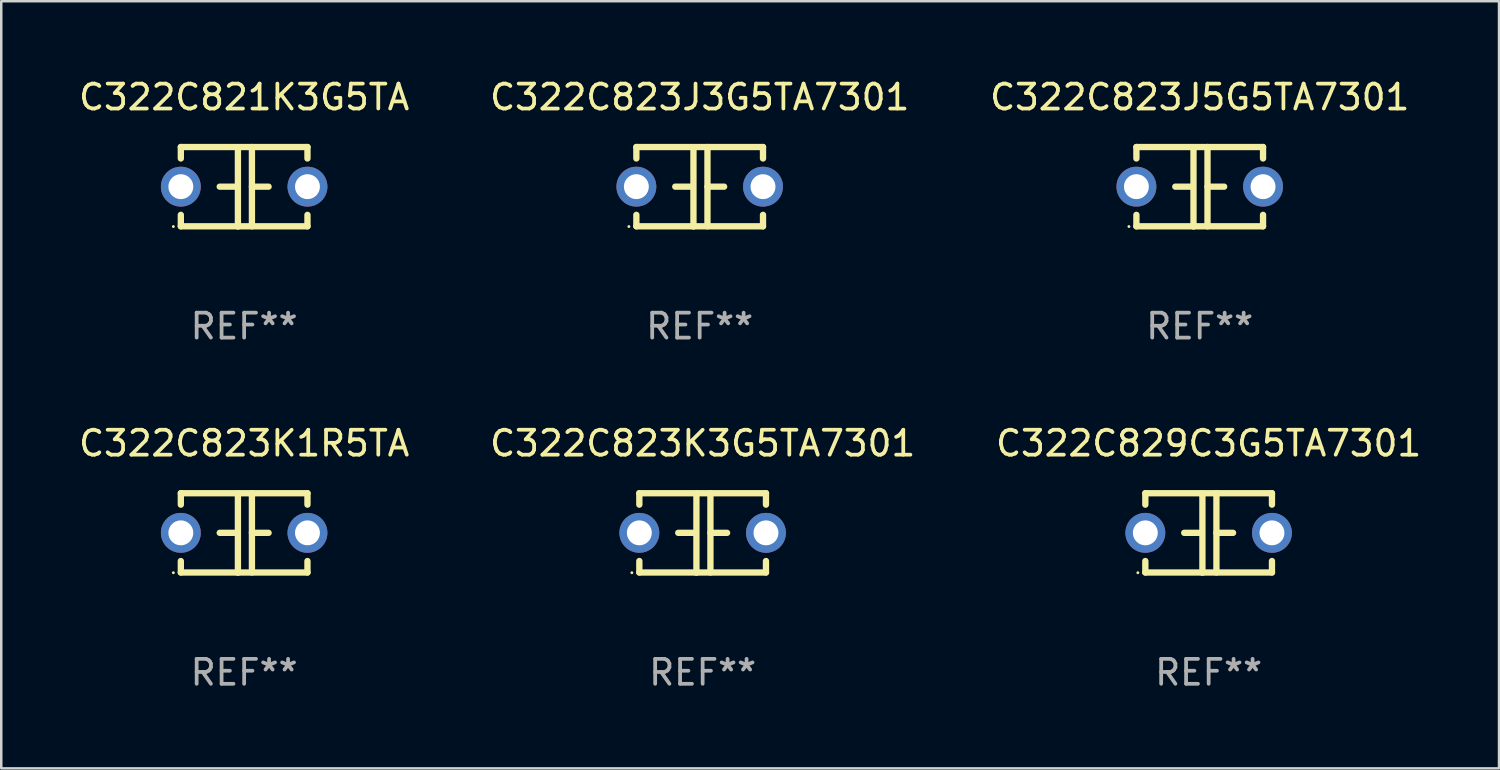
<source format=kicad_pcb>
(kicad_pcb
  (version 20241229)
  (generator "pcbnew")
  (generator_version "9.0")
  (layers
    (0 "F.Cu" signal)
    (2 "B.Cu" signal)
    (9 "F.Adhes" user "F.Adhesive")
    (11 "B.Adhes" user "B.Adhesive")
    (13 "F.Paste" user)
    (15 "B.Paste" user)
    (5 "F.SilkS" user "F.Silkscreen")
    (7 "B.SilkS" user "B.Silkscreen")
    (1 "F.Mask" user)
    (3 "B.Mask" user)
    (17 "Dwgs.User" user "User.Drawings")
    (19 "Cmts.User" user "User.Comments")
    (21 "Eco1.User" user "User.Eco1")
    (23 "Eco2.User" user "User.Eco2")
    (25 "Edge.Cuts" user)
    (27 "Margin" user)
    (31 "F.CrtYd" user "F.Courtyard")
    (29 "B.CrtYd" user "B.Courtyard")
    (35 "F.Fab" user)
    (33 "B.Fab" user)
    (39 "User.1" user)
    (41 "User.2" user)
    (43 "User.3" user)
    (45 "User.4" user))
  (footprint "C322C821K3G5TA"
    (layer "F.Cu")
    (at 6.744 4.443)
    (property "Reference" "C322C821K3G5TA" (at 0 -3.595 0) (layer "F.SilkS") (effects (font (size 1 1) (thickness 0.15))))
    (attr through_hole)
    (fp_line (start -2.54 -1.595) (end -2.54 -1.136) (stroke (width 0.254) (type solid)) (layer "F.SilkS"))
    (fp_line (start -2.54 -1.595) (end 2.54 -1.595) (stroke (width 0.254) (type solid)) (layer "F.SilkS"))
    (fp_line (start -2.54 1.126) (end -2.54 1.585) (stroke (width 0.254) (type solid)) (layer "F.SilkS"))
    (fp_line (start -0.312 -0.005) (end -0.98 -0.005) (stroke (width 0.254) (type solid)) (layer "F.SilkS"))
    (fp_line (start -0.25 -1.585) (end -0.25 1.595) (stroke (width 0.254) (type solid)) (layer "F.SilkS"))
    (fp_line (start 0.312 -1.595) (end 0.312 1.585) (stroke (width 0.254) (type solid)) (layer "F.SilkS"))
    (fp_line (start 0.312 -0.005) (end 0.98 -0.005) (stroke (width 0.254) (type solid)) (layer "F.SilkS"))
    (fp_line (start 2.54 -1.595) (end 2.54 -1.136) (stroke (width 0.254) (type solid)) (layer "F.SilkS"))
    (fp_line (start 2.54 1.126) (end 2.54 1.585) (stroke (width 0.254) (type solid)) (layer "F.SilkS"))
    (fp_line (start 2.54 1.585) (end -2.54 1.585) (stroke (width 0.254) (type solid)) (layer "F.SilkS"))
    (fp_circle (center -2.84 1.595) (end -2.81 1.595) (stroke (width 0.06) (type solid)) (fill no) (layer "F.SilkS"))
    (fp_text user "REF**" (at 0 5.595 0) (layer "F.Fab") (effects (font (size 1 1) (thickness 0.15))))
    (pad "1" thru_hole circle (at -2.54 -0.005) (size 1.6 1.6) (drill 1) (layers "*.Cu" "*.Mask"))
    (pad "2" thru_hole circle (at 2.54 -0.005) (size 1.6 1.6) (drill 1) (layers "*.Cu" "*.Mask")))
  (footprint "C322C823K1R5TA"
    (layer "F.Cu")
    (at 6.744 18.33)
    (property "Reference" "C322C823K1R5TA" (at 0 -3.595 0) (layer "F.SilkS") (effects (font (size 1 1) (thickness 0.15))))
    (attr through_hole)
    (fp_line (start -2.54 -1.595) (end -2.54 -1.136) (stroke (width 0.254) (type solid)) (layer "F.SilkS"))
    (fp_line (start -2.54 -1.595) (end 2.54 -1.595) (stroke (width 0.254) (type solid)) (layer "F.SilkS"))
    (fp_line (start -2.54 1.126) (end -2.54 1.585) (stroke (width 0.254) (type solid)) (layer "F.SilkS"))
    (fp_line (start -0.312 -0.005) (end -0.98 -0.005) (stroke (width 0.254) (type solid)) (layer "F.SilkS"))
    (fp_line (start -0.25 -1.585) (end -0.25 1.595) (stroke (width 0.254) (type solid)) (layer "F.SilkS"))
    (fp_line (start 0.312 -1.595) (end 0.312 1.585) (stroke (width 0.254) (type solid)) (layer "F.SilkS"))
    (fp_line (start 0.312 -0.005) (end 0.98 -0.005) (stroke (width 0.254) (type solid)) (layer "F.SilkS"))
    (fp_line (start 2.54 -1.595) (end 2.54 -1.136) (stroke (width 0.254) (type solid)) (layer "F.SilkS"))
    (fp_line (start 2.54 1.126) (end 2.54 1.585) (stroke (width 0.254) (type solid)) (layer "F.SilkS"))
    (fp_line (start 2.54 1.585) (end -2.54 1.585) (stroke (width 0.254) (type solid)) (layer "F.SilkS"))
    (fp_circle (center -2.84 1.595) (end -2.81 1.595) (stroke (width 0.06) (type solid)) (fill no) (layer "F.SilkS"))
    (fp_text user "REF**" (at 0 5.595 0) (layer "F.Fab") (effects (font (size 1 1) (thickness 0.15))))
    (pad "1" thru_hole circle (at -2.54 -0.005) (size 1.6 1.6) (drill 1) (layers "*.Cu" "*.Mask"))
    (pad "2" thru_hole circle (at 2.54 -0.005) (size 1.6 1.6) (drill 1) (layers "*.Cu" "*.Mask")))
  (footprint "C322C823K3G5TA7301"
    (layer "F.Cu")
    (at 25.137 18.33)
    (property "Reference" "C322C823K3G5TA7301" (at 0 -3.595 0) (layer "F.SilkS") (effects (font (size 1 1) (thickness 0.15))))
    (attr through_hole)
    (fp_line (start -2.54 -1.595) (end -2.54 -1.136) (stroke (width 0.254) (type solid)) (layer "F.SilkS"))
    (fp_line (start -2.54 -1.595) (end 2.54 -1.595) (stroke (width 0.254) (type solid)) (layer "F.SilkS"))
    (fp_line (start -2.54 1.126) (end -2.54 1.585) (stroke (width 0.254) (type solid)) (layer "F.SilkS"))
    (fp_line (start -0.312 -0.005) (end -0.98 -0.005) (stroke (width 0.254) (type solid)) (layer "F.SilkS"))
    (fp_line (start -0.25 -1.585) (end -0.25 1.595) (stroke (width 0.254) (type solid)) (layer "F.SilkS"))
    (fp_line (start 0.312 -1.595) (end 0.312 1.585) (stroke (width 0.254) (type solid)) (layer "F.SilkS"))
    (fp_line (start 0.312 -0.005) (end 0.98 -0.005) (stroke (width 0.254) (type solid)) (layer "F.SilkS"))
    (fp_line (start 2.54 -1.595) (end 2.54 -1.136) (stroke (width 0.254) (type solid)) (layer "F.SilkS"))
    (fp_line (start 2.54 1.126) (end 2.54 1.585) (stroke (width 0.254) (type solid)) (layer "F.SilkS"))
    (fp_line (start 2.54 1.585) (end -2.54 1.585) (stroke (width 0.254) (type solid)) (layer "F.SilkS"))
    (fp_circle (center -2.84 1.595) (end -2.81 1.595) (stroke (width 0.06) (type solid)) (fill no) (layer "F.SilkS"))
    (fp_text user "REF**" (at 0 5.595 0) (layer "F.Fab") (effects (font (size 1 1) (thickness 0.15))))
    (pad "1" thru_hole circle (at -2.54 -0.005) (size 1.6 1.6) (drill 1) (layers "*.Cu" "*.Mask"))
    (pad "2" thru_hole circle (at 2.54 -0.005) (size 1.6 1.6) (drill 1) (layers "*.Cu" "*.Mask")))
  (footprint "C322C823J3G5TA7301"
    (layer "F.Cu")
    (at 25.018 4.443)
    (property "Reference" "C322C823J3G5TA7301" (at 0 -3.595 0) (layer "F.SilkS") (effects (font (size 1 1) (thickness 0.15))))
    (attr through_hole)
    (fp_line (start -2.54 -1.595) (end -2.54 -1.136) (stroke (width 0.254) (type solid)) (layer "F.SilkS"))
    (fp_line (start -2.54 -1.595) (end 2.54 -1.595) (stroke (width 0.254) (type solid)) (layer "F.SilkS"))
    (fp_line (start -2.54 1.126) (end -2.54 1.585) (stroke (width 0.254) (type solid)) (layer "F.SilkS"))
    (fp_line (start -0.312 -0.005) (end -0.98 -0.005) (stroke (width 0.254) (type solid)) (layer "F.SilkS"))
    (fp_line (start -0.25 -1.585) (end -0.25 1.595) (stroke (width 0.254) (type solid)) (layer "F.SilkS"))
    (fp_line (start 0.312 -1.595) (end 0.312 1.585) (stroke (width 0.254) (type solid)) (layer "F.SilkS"))
    (fp_line (start 0.312 -0.005) (end 0.98 -0.005) (stroke (width 0.254) (type solid)) (layer "F.SilkS"))
    (fp_line (start 2.54 -1.595) (end 2.54 -1.136) (stroke (width 0.254) (type solid)) (layer "F.SilkS"))
    (fp_line (start 2.54 1.126) (end 2.54 1.585) (stroke (width 0.254) (type solid)) (layer "F.SilkS"))
    (fp_line (start 2.54 1.585) (end -2.54 1.585) (stroke (width 0.254) (type solid)) (layer "F.SilkS"))
    (fp_circle (center -2.84 1.595) (end -2.81 1.595) (stroke (width 0.06) (type solid)) (fill no) (layer "F.SilkS"))
    (fp_text user "REF**" (at 0 5.595 0) (layer "F.Fab") (effects (font (size 1 1) (thickness 0.15))))
    (pad "1" thru_hole circle (at -2.54 -0.005) (size 1.6 1.6) (drill 1) (layers "*.Cu" "*.Mask"))
    (pad "2" thru_hole circle (at 2.54 -0.005) (size 1.6 1.6) (drill 1) (layers "*.Cu" "*.Mask")))
  (footprint "C322C823J5G5TA7301"
    (layer "F.Cu")
    (at 45.077 4.443)
    (property "Reference" "C322C823J5G5TA7301" (at 0 -3.595 0) (layer "F.SilkS") (effects (font (size 1 1) (thickness 0.15))))
    (attr through_hole)
    (fp_line (start -2.54 -1.595) (end -2.54 -1.136) (stroke (width 0.254) (type solid)) (layer "F.SilkS"))
    (fp_line (start -2.54 -1.595) (end 2.54 -1.595) (stroke (width 0.254) (type solid)) (layer "F.SilkS"))
    (fp_line (start -2.54 1.126) (end -2.54 1.585) (stroke (width 0.254) (type solid)) (layer "F.SilkS"))
    (fp_line (start -0.312 -0.005) (end -0.98 -0.005) (stroke (width 0.254) (type solid)) (layer "F.SilkS"))
    (fp_line (start -0.25 -1.585) (end -0.25 1.595) (stroke (width 0.254) (type solid)) (layer "F.SilkS"))
    (fp_line (start 0.312 -1.595) (end 0.312 1.585) (stroke (width 0.254) (type solid)) (layer "F.SilkS"))
    (fp_line (start 0.312 -0.005) (end 0.98 -0.005) (stroke (width 0.254) (type solid)) (layer "F.SilkS"))
    (fp_line (start 2.54 -1.595) (end 2.54 -1.136) (stroke (width 0.254) (type solid)) (layer "F.SilkS"))
    (fp_line (start 2.54 1.126) (end 2.54 1.585) (stroke (width 0.254) (type solid)) (layer "F.SilkS"))
    (fp_line (start 2.54 1.585) (end -2.54 1.585) (stroke (width 0.254) (type solid)) (layer "F.SilkS"))
    (fp_circle (center -2.84 1.595) (end -2.81 1.595) (stroke (width 0.06) (type solid)) (fill no) (layer "F.SilkS"))
    (fp_text user "REF**" (at 0 5.595 0) (layer "F.Fab") (effects (font (size 1 1) (thickness 0.15))))
    (pad "1" thru_hole circle (at -2.54 -0.005) (size 1.6 1.6) (drill 1) (layers "*.Cu" "*.Mask"))
    (pad "2" thru_hole circle (at 2.54 -0.005) (size 1.6 1.6) (drill 1) (layers "*.Cu" "*.Mask")))
  (footprint "C322C829C3G5TA7301"
    (layer "F.Cu")
    (at 45.435 18.33)
    (property "Reference" "C322C829C3G5TA7301" (at 0 -3.595 0) (layer "F.SilkS") (effects (font (size 1 1) (thickness 0.15))))
    (attr through_hole)
    (fp_line (start -2.54 -1.595) (end -2.54 -1.136) (stroke (width 0.254) (type solid)) (layer "F.SilkS"))
    (fp_line (start -2.54 -1.595) (end 2.54 -1.595) (stroke (width 0.254) (type solid)) (layer "F.SilkS"))
    (fp_line (start -2.54 1.126) (end -2.54 1.585) (stroke (width 0.254) (type solid)) (layer "F.SilkS"))
    (fp_line (start -0.312 -0.005) (end -0.98 -0.005) (stroke (width 0.254) (type solid)) (layer "F.SilkS"))
    (fp_line (start -0.25 -1.585) (end -0.25 1.595) (stroke (width 0.254) (type solid)) (layer "F.SilkS"))
    (fp_line (start 0.312 -1.595) (end 0.312 1.585) (stroke (width 0.254) (type solid)) (layer "F.SilkS"))
    (fp_line (start 0.312 -0.005) (end 0.98 -0.005) (stroke (width 0.254) (type solid)) (layer "F.SilkS"))
    (fp_line (start 2.54 -1.595) (end 2.54 -1.136) (stroke (width 0.254) (type solid)) (layer "F.SilkS"))
    (fp_line (start 2.54 1.126) (end 2.54 1.585) (stroke (width 0.254) (type solid)) (layer "F.SilkS"))
    (fp_line (start 2.54 1.585) (end -2.54 1.585) (stroke (width 0.254) (type solid)) (layer "F.SilkS"))
    (fp_circle (center -2.84 1.595) (end -2.81 1.595) (stroke (width 0.06) (type solid)) (fill no) (layer "F.SilkS"))
    (fp_text user "REF**" (at 0 5.595 0) (layer "F.Fab") (effects (font (size 1 1) (thickness 0.15))))
    (pad "1" thru_hole circle (at -2.54 -0.005) (size 1.6 1.6) (drill 1) (layers "*.Cu" "*.Mask"))
    (pad "2" thru_hole circle (at 2.54 -0.005) (size 1.6 1.6) (drill 1) (layers "*.Cu" "*.Mask")))
  (gr_rect
    (start -3 -3)
    (end 57.083 27.773)
    (stroke (width 0.1) (type default))
    (fill no)
    (layer "Edge.Cuts")))
</source>
